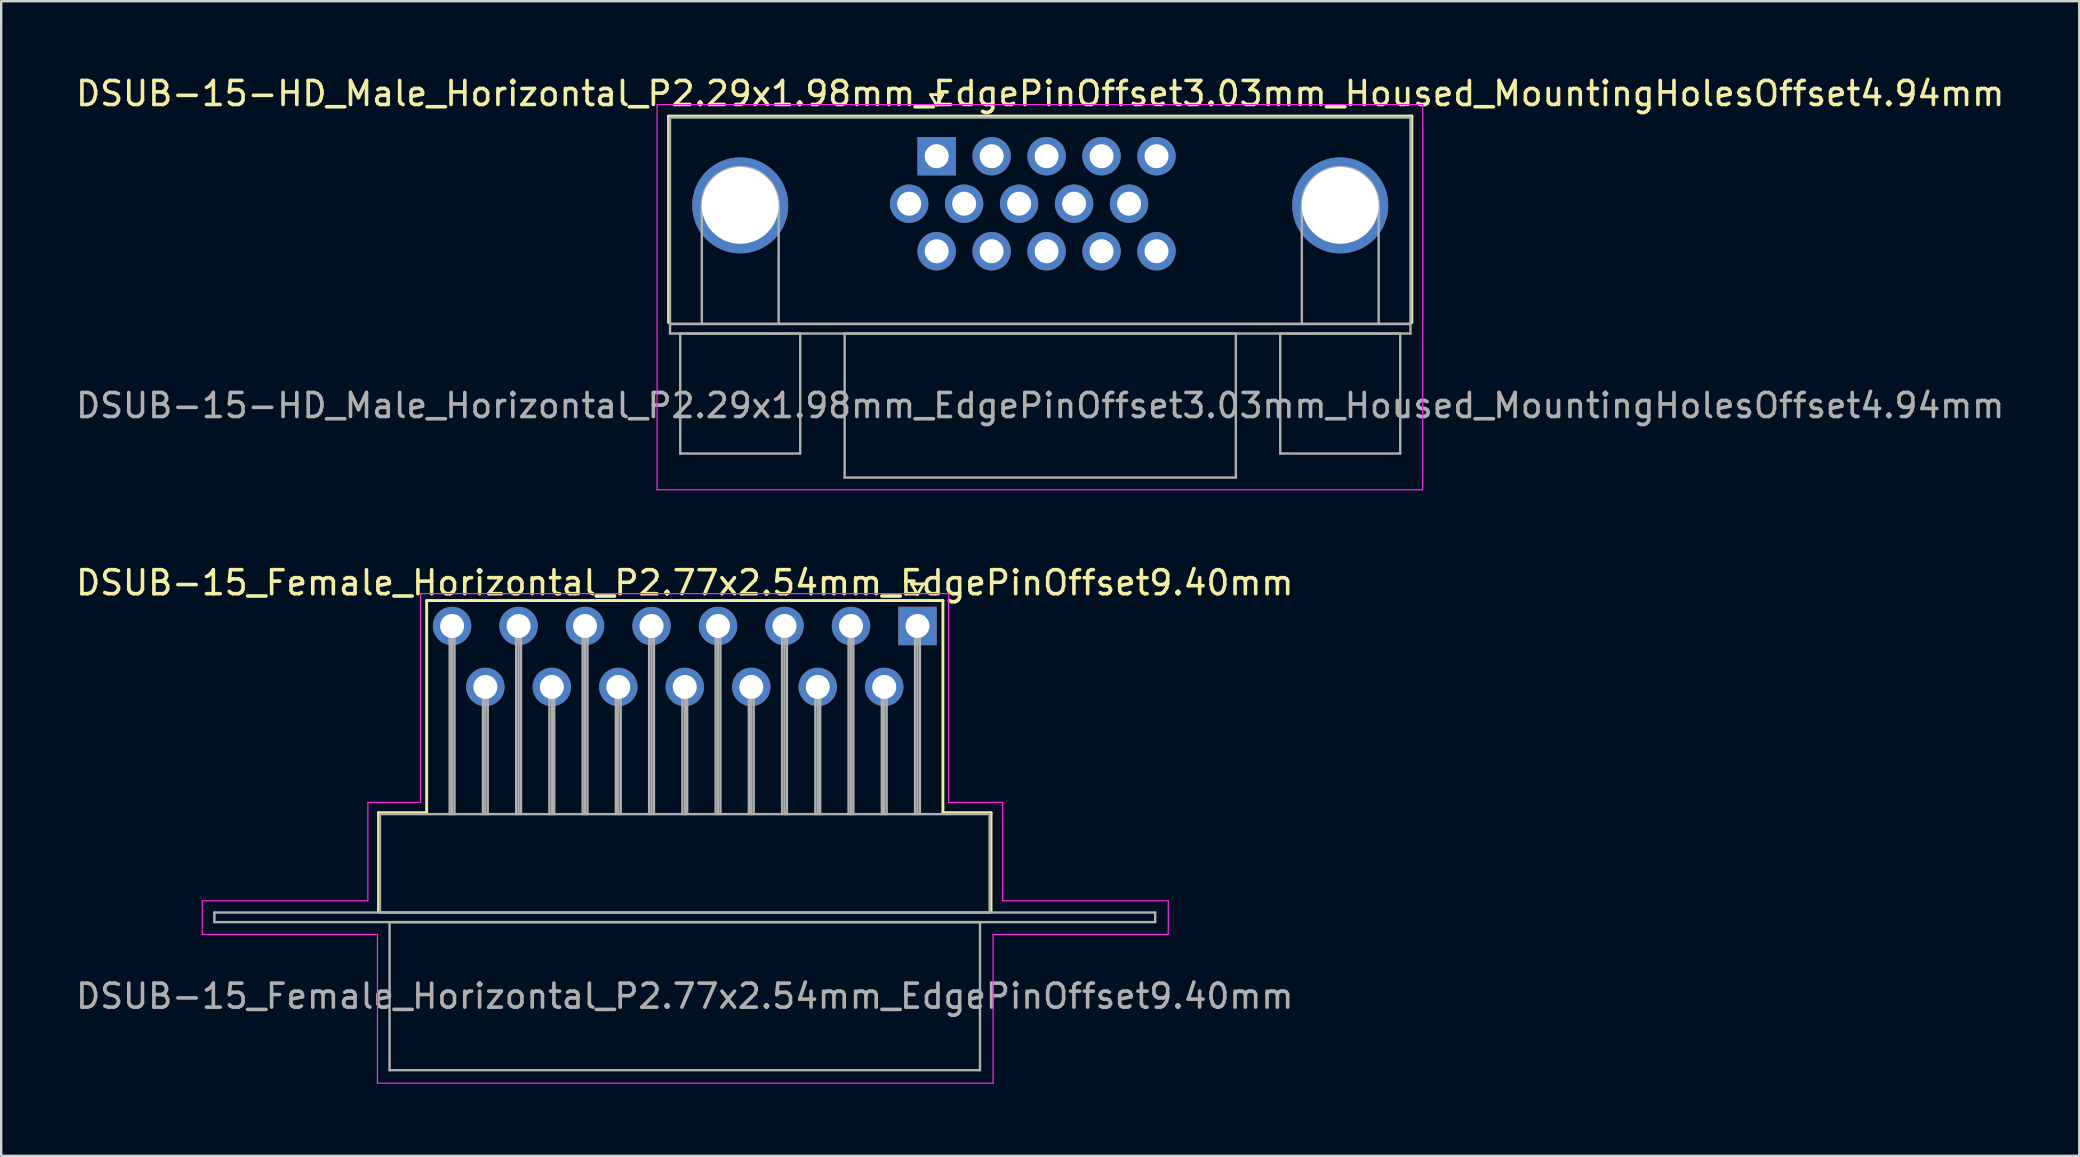
<source format=kicad_pcb>
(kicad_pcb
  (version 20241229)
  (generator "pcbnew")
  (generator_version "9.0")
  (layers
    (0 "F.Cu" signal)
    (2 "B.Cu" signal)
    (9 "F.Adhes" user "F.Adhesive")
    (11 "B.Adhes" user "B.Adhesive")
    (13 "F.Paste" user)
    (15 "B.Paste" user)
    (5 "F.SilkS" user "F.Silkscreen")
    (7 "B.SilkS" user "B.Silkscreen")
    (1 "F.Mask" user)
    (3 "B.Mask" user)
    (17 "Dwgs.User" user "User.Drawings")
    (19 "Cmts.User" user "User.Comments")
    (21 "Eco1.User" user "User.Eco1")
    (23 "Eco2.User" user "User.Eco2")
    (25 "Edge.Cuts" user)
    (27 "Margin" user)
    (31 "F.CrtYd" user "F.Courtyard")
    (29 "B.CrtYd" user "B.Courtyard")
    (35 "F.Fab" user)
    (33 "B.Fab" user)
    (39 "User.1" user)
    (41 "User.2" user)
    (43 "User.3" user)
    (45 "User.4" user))
  (footprint "DSUB-15_Female_Horizontal_P2.77x2.54mm_EdgePinOffset9.40mm"
    (layer "F.Cu")
    (at 35.177 23.032)
    (property "Reference" "DSUB-15_Female_Horizontal_P2.77x2.54mm_EdgePinOffset9.40mm" (at -9.695 -1.8 0) (layer "F.SilkS") (effects (font (size 1 1) (thickness 0.15))))
    (attr through_hole)
    (fp_line (start -22.455 7.78) (end -20.45 7.78) (stroke (width 0.12) (type solid)) (layer "F.SilkS"))
    (fp_line (start -22.455 11.88) (end -22.455 7.78) (stroke (width 0.12) (type solid)) (layer "F.SilkS"))
    (fp_line (start -20.45 -1.06) (end 1.06 -1.06) (stroke (width 0.12) (type solid)) (layer "F.SilkS"))
    (fp_line (start -20.45 7.78) (end -20.45 -1.06) (stroke (width 0.12) (type solid)) (layer "F.SilkS"))
    (fp_line (start -0.25 -1.754) (end 0.25 -1.754) (stroke (width 0.12) (type solid)) (layer "F.SilkS"))
    (fp_line (start 0 -1.321) (end -0.25 -1.754) (stroke (width 0.12) (type solid)) (layer "F.SilkS"))
    (fp_line (start 0.25 -1.754) (end 0 -1.321) (stroke (width 0.12) (type solid)) (layer "F.SilkS"))
    (fp_line (start 1.06 -1.06) (end 1.06 7.78) (stroke (width 0.12) (type solid)) (layer "F.SilkS"))
    (fp_line (start 1.06 7.78) (end 3.065 7.78) (stroke (width 0.12) (type solid)) (layer "F.SilkS"))
    (fp_line (start 3.065 7.78) (end 3.065 11.88) (stroke (width 0.12) (type solid)) (layer "F.SilkS"))
    (fp_line (start -29.8 11.45) (end -22.9 11.45) (stroke (width 0.05) (type solid)) (layer "F.CrtYd"))
    (fp_line (start -29.8 12.85) (end -29.8 11.45) (stroke (width 0.05) (type solid)) (layer "F.CrtYd"))
    (fp_line (start -22.9 7.35) (end -20.7 7.35) (stroke (width 0.05) (type solid)) (layer "F.CrtYd"))
    (fp_line (start -22.9 11.45) (end -22.9 7.35) (stroke (width 0.05) (type solid)) (layer "F.CrtYd"))
    (fp_line (start -22.5 12.85) (end -29.8 12.85) (stroke (width 0.05) (type solid)) (layer "F.CrtYd"))
    (fp_line (start -22.5 19.05) (end -22.5 12.85) (stroke (width 0.05) (type solid)) (layer "F.CrtYd"))
    (fp_line (start -20.7 -1.35) (end 1.3 -1.35) (stroke (width 0.05) (type solid)) (layer "F.CrtYd"))
    (fp_line (start -20.7 7.35) (end -20.7 -1.35) (stroke (width 0.05) (type solid)) (layer "F.CrtYd"))
    (fp_line (start 1.3 -1.35) (end 1.3 7.35) (stroke (width 0.05) (type solid)) (layer "F.CrtYd"))
    (fp_line (start 1.3 7.35) (end 3.55 7.35) (stroke (width 0.05) (type solid)) (layer "F.CrtYd"))
    (fp_line (start 3.15 12.85) (end 3.15 19.05) (stroke (width 0.05) (type solid)) (layer "F.CrtYd"))
    (fp_line (start 3.15 19.05) (end -22.5 19.05) (stroke (width 0.05) (type solid)) (layer "F.CrtYd"))
    (fp_line (start 3.55 7.35) (end 3.55 11.45) (stroke (width 0.05) (type solid)) (layer "F.CrtYd"))
    (fp_line (start 3.55 11.45) (end 10.45 11.45) (stroke (width 0.05) (type solid)) (layer "F.CrtYd"))
    (fp_line (start 10.45 11.45) (end 10.45 12.85) (stroke (width 0.05) (type solid)) (layer "F.CrtYd"))
    (fp_line (start 10.45 12.85) (end 3.15 12.85) (stroke (width 0.05) (type solid)) (layer "F.CrtYd"))
    (fp_line (start -29.295 11.94) (end -29.295 12.34) (stroke (width 0.1) (type solid)) (layer "F.Fab"))
    (fp_line (start -29.295 12.34) (end 9.905 12.34) (stroke (width 0.1) (type solid)) (layer "F.Fab"))
    (fp_line (start -22.395 7.84) (end -22.395 11.94) (stroke (width 0.1) (type solid)) (layer "F.Fab"))
    (fp_line (start -22.395 11.94) (end 3.005 11.94) (stroke (width 0.1) (type solid)) (layer "F.Fab"))
    (fp_line (start -21.995 12.34) (end -21.995 18.51) (stroke (width 0.1) (type solid)) (layer "F.Fab"))
    (fp_line (start -21.995 18.51) (end 2.605 18.51) (stroke (width 0.1) (type solid)) (layer "F.Fab"))
    (fp_line (start -19.49 0) (end -19.49 7.84) (stroke (width 0.1) (type solid)) (layer "F.Fab"))
    (fp_line (start -19.39 0) (end -19.39 7.84) (stroke (width 0.1) (type solid)) (layer "F.Fab"))
    (fp_line (start -19.29 0) (end -19.29 7.84) (stroke (width 0.1) (type solid)) (layer "F.Fab"))
    (fp_line (start -18.105 2.54) (end -18.105 7.84) (stroke (width 0.1) (type solid)) (layer "F.Fab"))
    (fp_line (start -18.005 2.54) (end -18.005 7.84) (stroke (width 0.1) (type solid)) (layer "F.Fab"))
    (fp_line (start -17.905 2.54) (end -17.905 7.84) (stroke (width 0.1) (type solid)) (layer "F.Fab"))
    (fp_line (start -16.72 0) (end -16.72 7.84) (stroke (width 0.1) (type solid)) (layer "F.Fab"))
    (fp_line (start -16.62 0) (end -16.62 7.84) (stroke (width 0.1) (type solid)) (layer "F.Fab"))
    (fp_line (start -16.52 0) (end -16.52 7.84) (stroke (width 0.1) (type solid)) (layer "F.Fab"))
    (fp_line (start -15.335 2.54) (end -15.335 7.84) (stroke (width 0.1) (type solid)) (layer "F.Fab"))
    (fp_line (start -15.235 2.54) (end -15.235 7.84) (stroke (width 0.1) (type solid)) (layer "F.Fab"))
    (fp_line (start -15.135 2.54) (end -15.135 7.84) (stroke (width 0.1) (type solid)) (layer "F.Fab"))
    (fp_line (start -13.95 0) (end -13.95 7.84) (stroke (width 0.1) (type solid)) (layer "F.Fab"))
    (fp_line (start -13.85 0) (end -13.85 7.84) (stroke (width 0.1) (type solid)) (layer "F.Fab"))
    (fp_line (start -13.75 0) (end -13.75 7.84) (stroke (width 0.1) (type solid)) (layer "F.Fab"))
    (fp_line (start -12.565 2.54) (end -12.565 7.84) (stroke (width 0.1) (type solid)) (layer "F.Fab"))
    (fp_line (start -12.465 2.54) (end -12.465 7.84) (stroke (width 0.1) (type solid)) (layer "F.Fab"))
    (fp_line (start -12.365 2.54) (end -12.365 7.84) (stroke (width 0.1) (type solid)) (layer "F.Fab"))
    (fp_line (start -11.18 0) (end -11.18 7.84) (stroke (width 0.1) (type solid)) (layer "F.Fab"))
    (fp_line (start -11.08 0) (end -11.08 7.84) (stroke (width 0.1) (type solid)) (layer "F.Fab"))
    (fp_line (start -10.98 0) (end -10.98 7.84) (stroke (width 0.1) (type solid)) (layer "F.Fab"))
    (fp_line (start -9.795 2.54) (end -9.795 7.84) (stroke (width 0.1) (type solid)) (layer "F.Fab"))
    (fp_line (start -9.695 2.54) (end -9.695 7.84) (stroke (width 0.1) (type solid)) (layer "F.Fab"))
    (fp_line (start -9.595 2.54) (end -9.595 7.84) (stroke (width 0.1) (type solid)) (layer "F.Fab"))
    (fp_line (start -8.41 0) (end -8.41 7.84) (stroke (width 0.1) (type solid)) (layer "F.Fab"))
    (fp_line (start -8.31 0) (end -8.31 7.84) (stroke (width 0.1) (type solid)) (layer "F.Fab"))
    (fp_line (start -8.21 0) (end -8.21 7.84) (stroke (width 0.1) (type solid)) (layer "F.Fab"))
    (fp_line (start -7.025 2.54) (end -7.025 7.84) (stroke (width 0.1) (type solid)) (layer "F.Fab"))
    (fp_line (start -6.925 2.54) (end -6.925 7.84) (stroke (width 0.1) (type solid)) (layer "F.Fab"))
    (fp_line (start -6.825 2.54) (end -6.825 7.84) (stroke (width 0.1) (type solid)) (layer "F.Fab"))
    (fp_line (start -5.64 0) (end -5.64 7.84) (stroke (width 0.1) (type solid)) (layer "F.Fab"))
    (fp_line (start -5.54 0) (end -5.54 7.84) (stroke (width 0.1) (type solid)) (layer "F.Fab"))
    (fp_line (start -5.44 0) (end -5.44 7.84) (stroke (width 0.1) (type solid)) (layer "F.Fab"))
    (fp_line (start -4.255 2.54) (end -4.255 7.84) (stroke (width 0.1) (type solid)) (layer "F.Fab"))
    (fp_line (start -4.155 2.54) (end -4.155 7.84) (stroke (width 0.1) (type solid)) (layer "F.Fab"))
    (fp_line (start -4.055 2.54) (end -4.055 7.84) (stroke (width 0.1) (type solid)) (layer "F.Fab"))
    (fp_line (start -2.87 0) (end -2.87 7.84) (stroke (width 0.1) (type solid)) (layer "F.Fab"))
    (fp_line (start -2.77 0) (end -2.77 7.84) (stroke (width 0.1) (type solid)) (layer "F.Fab"))
    (fp_line (start -2.67 0) (end -2.67 7.84) (stroke (width 0.1) (type solid)) (layer "F.Fab"))
    (fp_line (start -1.485 2.54) (end -1.485 7.84) (stroke (width 0.1) (type solid)) (layer "F.Fab"))
    (fp_line (start -1.385 2.54) (end -1.385 7.84) (stroke (width 0.1) (type solid)) (layer "F.Fab"))
    (fp_line (start -1.285 2.54) (end -1.285 7.84) (stroke (width 0.1) (type solid)) (layer "F.Fab"))
    (fp_line (start -0.1 0) (end -0.1 7.84) (stroke (width 0.1) (type solid)) (layer "F.Fab"))
    (fp_line (start 0 0) (end 0 7.84) (stroke (width 0.1) (type solid)) (layer "F.Fab"))
    (fp_line (start 0.1 0) (end 0.1 7.84) (stroke (width 0.1) (type solid)) (layer "F.Fab"))
    (fp_line (start 2.605 12.34) (end -21.995 12.34) (stroke (width 0.1) (type solid)) (layer "F.Fab"))
    (fp_line (start 2.605 18.51) (end 2.605 12.34) (stroke (width 0.1) (type solid)) (layer "F.Fab"))
    (fp_line (start 3.005 7.84) (end -22.395 7.84) (stroke (width 0.1) (type solid)) (layer "F.Fab"))
    (fp_line (start 3.005 11.94) (end 3.005 7.84) (stroke (width 0.1) (type solid)) (layer "F.Fab"))
    (fp_line (start 9.905 11.94) (end -29.295 11.94) (stroke (width 0.1) (type solid)) (layer "F.Fab"))
    (fp_line (start 9.905 12.34) (end 9.905 11.94) (stroke (width 0.1) (type solid)) (layer "F.Fab"))
    (fp_text user "${REFERENCE}" (at -9.695 15.425 0) (layer "F.Fab") (effects (font (size 1 1) (thickness 0.15))))
    (pad "1" thru_hole rect (at 0 0) (size 1.6 1.6) (drill 1) (layers "*.Cu" "*.Mask"))
    (pad "2" thru_hole circle (at -2.77 0) (size 1.6 1.6) (drill 1) (layers "*.Cu" "*.Mask"))
    (pad "3" thru_hole circle (at -5.54 0) (size 1.6 1.6) (drill 1) (layers "*.Cu" "*.Mask"))
    (pad "4" thru_hole circle (at -8.31 0) (size 1.6 1.6) (drill 1) (layers "*.Cu" "*.Mask"))
    (pad "5" thru_hole circle (at -11.08 0) (size 1.6 1.6) (drill 1) (layers "*.Cu" "*.Mask"))
    (pad "6" thru_hole circle (at -13.85 0) (size 1.6 1.6) (drill 1) (layers "*.Cu" "*.Mask"))
    (pad "7" thru_hole circle (at -16.62 0) (size 1.6 1.6) (drill 1) (layers "*.Cu" "*.Mask"))
    (pad "8" thru_hole circle (at -19.39 0) (size 1.6 1.6) (drill 1) (layers "*.Cu" "*.Mask"))
    (pad "9" thru_hole circle (at -1.385 2.54) (size 1.6 1.6) (drill 1) (layers "*.Cu" "*.Mask"))
    (pad "10" thru_hole circle (at -4.155 2.54) (size 1.6 1.6) (drill 1) (layers "*.Cu" "*.Mask"))
    (pad "11" thru_hole circle (at -6.925 2.54) (size 1.6 1.6) (drill 1) (layers "*.Cu" "*.Mask"))
    (pad "12" thru_hole circle (at -9.695 2.54) (size 1.6 1.6) (drill 1) (layers "*.Cu" "*.Mask"))
    (pad "13" thru_hole circle (at -12.465 2.54) (size 1.6 1.6) (drill 1) (layers "*.Cu" "*.Mask"))
    (pad "14" thru_hole circle (at -15.235 2.54) (size 1.6 1.6) (drill 1) (layers "*.Cu" "*.Mask"))
    (pad "15" thru_hole circle (at -18.005 2.54) (size 1.6 1.6) (drill 1) (layers "*.Cu" "*.Mask")))
  (footprint "DSUB-15-HD_Male_Horizontal_P2.29x1.98mm_EdgePinOffset3.03mm_Housed_MountingHolesOffset4.94mm"
    (layer "F.Cu")
    (at 35.977 3.458)
    (property "Reference" "DSUB-15-HD_Male_Horizontal_P2.29x1.98mm_EdgePinOffset3.03mm_Housed_MountingHolesOffset4.94mm" (at 4.315 -2.61 0) (layer "F.SilkS") (effects (font (size 1 1) (thickness 0.15))))
    (attr through_hole)
    (fp_line (start -11.17 -1.67) (end 19.8 -1.67) (stroke (width 0.12) (type solid)) (layer "F.SilkS"))
    (fp_line (start -11.17 6.93) (end -11.17 -1.67) (stroke (width 0.12) (type solid)) (layer "F.SilkS"))
    (fp_line (start -0.25 -2.564) (end 0.25 -2.564) (stroke (width 0.12) (type solid)) (layer "F.SilkS"))
    (fp_line (start 0 -2.131) (end -0.25 -2.564) (stroke (width 0.12) (type solid)) (layer "F.SilkS"))
    (fp_line (start 0.25 -2.564) (end 0 -2.131) (stroke (width 0.12) (type solid)) (layer "F.SilkS"))
    (fp_line (start 19.8 -1.67) (end 19.8 6.93) (stroke (width 0.12) (type solid)) (layer "F.SilkS"))
    (fp_line (start -11.65 -2.15) (end -11.65 13.9) (stroke (width 0.05) (type solid)) (layer "F.CrtYd"))
    (fp_line (start -11.65 13.9) (end 20.25 13.9) (stroke (width 0.05) (type solid)) (layer "F.CrtYd"))
    (fp_line (start 20.25 -2.15) (end -11.65 -2.15) (stroke (width 0.05) (type solid)) (layer "F.CrtYd"))
    (fp_line (start 20.25 13.9) (end 20.25 -2.15) (stroke (width 0.05) (type solid)) (layer "F.CrtYd"))
    (fp_line (start -11.11 -1.61) (end -11.11 6.99) (stroke (width 0.1) (type solid)) (layer "F.Fab"))
    (fp_line (start -11.11 6.99) (end -11.11 7.39) (stroke (width 0.1) (type solid)) (layer "F.Fab"))
    (fp_line (start -11.11 6.99) (end 19.74 6.99) (stroke (width 0.1) (type solid)) (layer "F.Fab"))
    (fp_line (start -11.11 7.39) (end 19.74 7.39) (stroke (width 0.1) (type solid)) (layer "F.Fab"))
    (fp_line (start -10.685 7.39) (end -10.685 12.39) (stroke (width 0.1) (type solid)) (layer "F.Fab"))
    (fp_line (start -10.685 12.39) (end -5.685 12.39) (stroke (width 0.1) (type solid)) (layer "F.Fab"))
    (fp_line (start -9.785 6.99) (end -9.785 2.05) (stroke (width 0.1) (type solid)) (layer "F.Fab"))
    (fp_line (start -6.585 6.99) (end -6.585 2.05) (stroke (width 0.1) (type solid)) (layer "F.Fab"))
    (fp_line (start -5.685 7.39) (end -10.685 7.39) (stroke (width 0.1) (type solid)) (layer "F.Fab"))
    (fp_line (start -5.685 12.39) (end -5.685 7.39) (stroke (width 0.1) (type solid)) (layer "F.Fab"))
    (fp_line (start -3.835 7.39) (end -3.835 13.39) (stroke (width 0.1) (type solid)) (layer "F.Fab"))
    (fp_line (start -3.835 13.39) (end 12.465 13.39) (stroke (width 0.1) (type solid)) (layer "F.Fab"))
    (fp_line (start 12.465 7.39) (end -3.835 7.39) (stroke (width 0.1) (type solid)) (layer "F.Fab"))
    (fp_line (start 12.465 13.39) (end 12.465 7.39) (stroke (width 0.1) (type solid)) (layer "F.Fab"))
    (fp_line (start 14.315 7.39) (end 14.315 12.39) (stroke (width 0.1) (type solid)) (layer "F.Fab"))
    (fp_line (start 14.315 12.39) (end 19.315 12.39) (stroke (width 0.1) (type solid)) (layer "F.Fab"))
    (fp_line (start 15.215 6.99) (end 15.215 2.05) (stroke (width 0.1) (type solid)) (layer "F.Fab"))
    (fp_line (start 18.415 6.99) (end 18.415 2.05) (stroke (width 0.1) (type solid)) (layer "F.Fab"))
    (fp_line (start 19.315 7.39) (end 14.315 7.39) (stroke (width 0.1) (type solid)) (layer "F.Fab"))
    (fp_line (start 19.315 12.39) (end 19.315 7.39) (stroke (width 0.1) (type solid)) (layer "F.Fab"))
    (fp_line (start 19.74 -1.61) (end -11.11 -1.61) (stroke (width 0.1) (type solid)) (layer "F.Fab"))
    (fp_line (start 19.74 6.99) (end -11.11 6.99) (stroke (width 0.1) (type solid)) (layer "F.Fab"))
    (fp_line (start 19.74 6.99) (end 19.74 -1.61) (stroke (width 0.1) (type solid)) (layer "F.Fab"))
    (fp_line (start 19.74 7.39) (end 19.74 6.99) (stroke (width 0.1) (type solid)) (layer "F.Fab"))
    (fp_arc (start -9.785 2.05) (mid -8.185 0.45) (end -6.585 2.05) (stroke (width 0.1) (type solid)) (layer "F.Fab"))
    (fp_arc (start 15.215 2.05) (mid 16.815 0.45) (end 18.415 2.05) (stroke (width 0.1) (type solid)) (layer "F.Fab"))
    (fp_text user "${REFERENCE}" (at 4.315 10.39 0) (layer "F.Fab") (effects (font (size 1 1) (thickness 0.15))))
    (pad "0" thru_hole circle (at -8.185 2.05) (size 4 4) (drill 3.2) (layers "*.Cu" "*.Mask"))
    (pad "0" thru_hole circle (at 16.815 2.05) (size 4 4) (drill 3.2) (layers "*.Cu" "*.Mask"))
    (pad "1" thru_hole rect (at 0 0) (size 1.6 1.6) (drill 1) (layers "*.Cu" "*.Mask"))
    (pad "2" thru_hole circle (at 2.29 0) (size 1.6 1.6) (drill 1) (layers "*.Cu" "*.Mask"))
    (pad "3" thru_hole circle (at 4.58 0) (size 1.6 1.6) (drill 1) (layers "*.Cu" "*.Mask"))
    (pad "4" thru_hole circle (at 6.87 0) (size 1.6 1.6) (drill 1) (layers "*.Cu" "*.Mask"))
    (pad "5" thru_hole circle (at 9.16 0) (size 1.6 1.6) (drill 1) (layers "*.Cu" "*.Mask"))
    (pad "6" thru_hole circle (at -1.145 1.98) (size 1.6 1.6) (drill 1) (layers "*.Cu" "*.Mask"))
    (pad "7" thru_hole circle (at 1.145 1.98) (size 1.6 1.6) (drill 1) (layers "*.Cu" "*.Mask"))
    (pad "8" thru_hole circle (at 3.435 1.98) (size 1.6 1.6) (drill 1) (layers "*.Cu" "*.Mask"))
    (pad "9" thru_hole circle (at 5.725 1.98) (size 1.6 1.6) (drill 1) (layers "*.Cu" "*.Mask"))
    (pad "10" thru_hole circle (at 8.015 1.98) (size 1.6 1.6) (drill 1) (layers "*.Cu" "*.Mask"))
    (pad "11" thru_hole circle (at 0 3.96) (size 1.6 1.6) (drill 1) (layers "*.Cu" "*.Mask"))
    (pad "12" thru_hole circle (at 2.29 3.96) (size 1.6 1.6) (drill 1) (layers "*.Cu" "*.Mask"))
    (pad "13" thru_hole circle (at 4.58 3.96) (size 1.6 1.6) (drill 1) (layers "*.Cu" "*.Mask"))
    (pad "14" thru_hole circle (at 6.87 3.96) (size 1.6 1.6) (drill 1) (layers "*.Cu" "*.Mask"))
    (pad "15" thru_hole circle (at 9.16 3.96) (size 1.6 1.6) (drill 1) (layers "*.Cu" "*.Mask")))
  (gr_rect
    (start -3 -3)
    (end 83.583 45.106)
    (stroke (width 0.1) (type default))
    (fill no)
    (layer "Edge.Cuts")))
</source>
